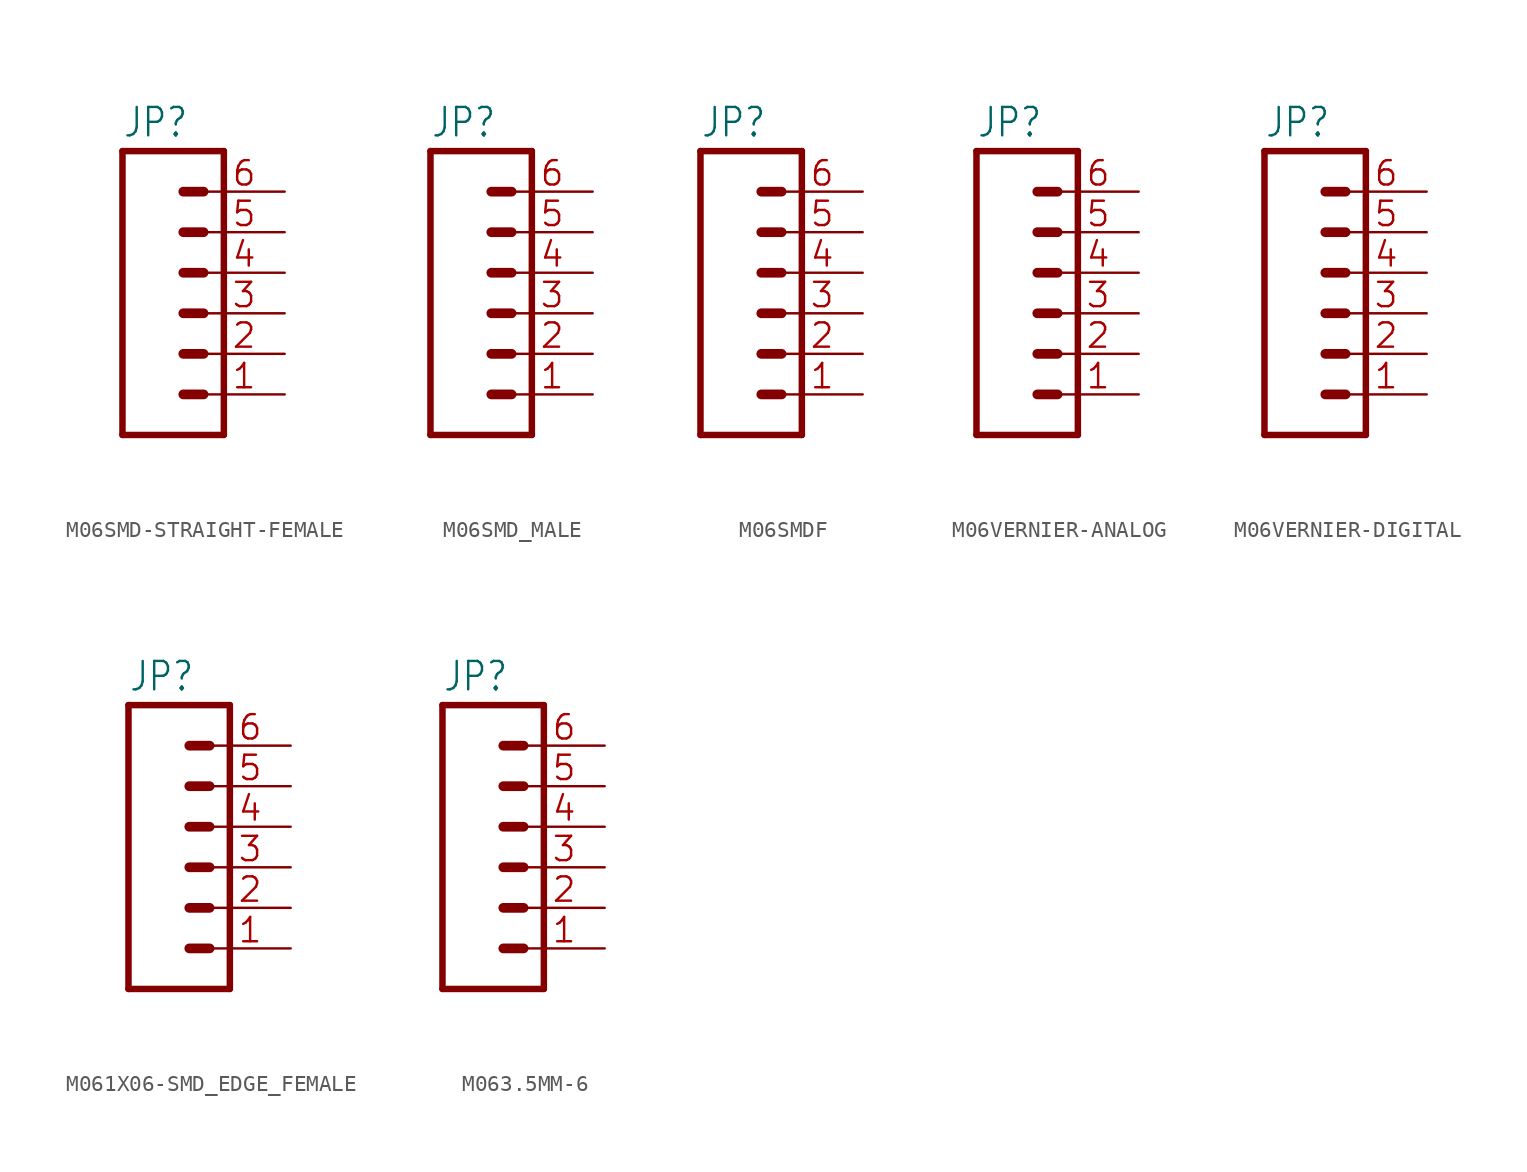
<source format=kicad_sym>
(kicad_symbol_lib
  (version 20241209)
  (generator "kicad_symbol_editor")
  (generator_version "9.0")
  (symbol "M06SMD-STRAIGHT-FEMALE"
    (property "Reference" "JP"
      (at -5.08 10.922 0)
      (effects (font (size 1.778 1.511)) (justify left bottom)))
    (property "Value" ""
      (at -5.08 -10.16 0)
      (effects (font (size 1.778 1.511)) (justify left bottom)))
    (property "ki_locked" ""
      (at 0 0 0)
      (effects (font (size 1.27 1.27))))
    (symbol "M06SMD-STRAIGHT-FEMALE_1_0"
      (polyline (pts (xy -5.08 10.16) (xy -5.08 -7.62)) (stroke (width 0.406) (type solid)) (fill (type none)))
      (polyline (pts (xy -5.08 10.16) (xy 1.27 10.16)) (stroke (width 0.406) (type solid)) (fill (type none)))
      (polyline (pts (xy -1.27 7.62) (xy 0 7.62)) (stroke (width 0.61) (type solid)) (fill (type none)))
      (polyline (pts (xy -1.27 5.08) (xy 0 5.08)) (stroke (width 0.61) (type solid)) (fill (type none)))
      (polyline (pts (xy -1.27 2.54) (xy 0 2.54)) (stroke (width 0.61) (type solid)) (fill (type none)))
      (polyline (pts (xy -1.27 0) (xy 0 0)) (stroke (width 0.61) (type solid)) (fill (type none)))
      (polyline (pts (xy -1.27 -2.54) (xy 0 -2.54)) (stroke (width 0.61) (type solid)) (fill (type none)))
      (polyline (pts (xy -1.27 -5.08) (xy 0 -5.08)) (stroke (width 0.61) (type solid)) (fill (type none)))
      (polyline (pts (xy 1.27 -7.62) (xy -5.08 -7.62)) (stroke (width 0.406) (type solid)) (fill (type none)))
      (polyline (pts (xy 1.27 -7.62) (xy 1.27 10.16)) (stroke (width 0.406) (type solid)) (fill (type none)))
      (pin passive line (at 5.08 7.62 180) (length 5.08) (name "6" (effects (font (size 0 0)))) (number "6" (effects (font (size 1.524 1.524)))))
      (pin passive line (at 5.08 5.08 180) (length 5.08) (name "5" (effects (font (size 0 0)))) (number "5" (effects (font (size 1.524 1.524)))))
      (pin passive line (at 5.08 2.54 180) (length 5.08) (name "4" (effects (font (size 0 0)))) (number "4" (effects (font (size 1.524 1.524)))))
      (pin passive line (at 5.08 0 180) (length 5.08) (name "3" (effects (font (size 0 0)))) (number "3" (effects (font (size 1.524 1.524)))))
      (pin passive line (at 5.08 -2.54 180) (length 5.08) (name "2" (effects (font (size 0 0)))) (number "2" (effects (font (size 1.524 1.524)))))
      (pin passive line (at 5.08 -5.08 180) (length 5.08) (name "1" (effects (font (size 0 0)))) (number "1" (effects (font (size 1.524 1.524)))))))
  (symbol "M06SMD_MALE"
    (property "Reference" "JP"
      (at -5.08 10.922 0)
      (effects (font (size 1.778 1.511)) (justify left bottom)))
    (property "Value" ""
      (at -5.08 -10.16 0)
      (effects (font (size 1.778 1.511)) (justify left bottom)))
    (property "ki_locked" ""
      (at 0 0 0)
      (effects (font (size 1.27 1.27))))
    (symbol "M06SMD_MALE_1_0"
      (polyline (pts (xy -5.08 10.16) (xy -5.08 -7.62)) (stroke (width 0.406) (type solid)) (fill (type none)))
      (polyline (pts (xy -5.08 10.16) (xy 1.27 10.16)) (stroke (width 0.406) (type solid)) (fill (type none)))
      (polyline (pts (xy -1.27 7.62) (xy 0 7.62)) (stroke (width 0.61) (type solid)) (fill (type none)))
      (polyline (pts (xy -1.27 5.08) (xy 0 5.08)) (stroke (width 0.61) (type solid)) (fill (type none)))
      (polyline (pts (xy -1.27 2.54) (xy 0 2.54)) (stroke (width 0.61) (type solid)) (fill (type none)))
      (polyline (pts (xy -1.27 0) (xy 0 0)) (stroke (width 0.61) (type solid)) (fill (type none)))
      (polyline (pts (xy -1.27 -2.54) (xy 0 -2.54)) (stroke (width 0.61) (type solid)) (fill (type none)))
      (polyline (pts (xy -1.27 -5.08) (xy 0 -5.08)) (stroke (width 0.61) (type solid)) (fill (type none)))
      (polyline (pts (xy 1.27 -7.62) (xy -5.08 -7.62)) (stroke (width 0.406) (type solid)) (fill (type none)))
      (polyline (pts (xy 1.27 -7.62) (xy 1.27 10.16)) (stroke (width 0.406) (type solid)) (fill (type none)))
      (pin passive line (at 5.08 7.62 180) (length 5.08) (name "6" (effects (font (size 0 0)))) (number "6" (effects (font (size 1.524 1.524)))))
      (pin passive line (at 5.08 5.08 180) (length 5.08) (name "5" (effects (font (size 0 0)))) (number "5" (effects (font (size 1.524 1.524)))))
      (pin passive line (at 5.08 2.54 180) (length 5.08) (name "4" (effects (font (size 0 0)))) (number "4" (effects (font (size 1.524 1.524)))))
      (pin passive line (at 5.08 0 180) (length 5.08) (name "3" (effects (font (size 0 0)))) (number "3" (effects (font (size 1.524 1.524)))))
      (pin passive line (at 5.08 -2.54 180) (length 5.08) (name "2" (effects (font (size 0 0)))) (number "2" (effects (font (size 1.524 1.524)))))
      (pin passive line (at 5.08 -5.08 180) (length 5.08) (name "1" (effects (font (size 0 0)))) (number "1" (effects (font (size 1.524 1.524)))))))
  (symbol "M06SMDF"
    (property "Reference" "JP"
      (at -5.08 10.922 0)
      (effects (font (size 1.778 1.511)) (justify left bottom)))
    (property "Value" ""
      (at -5.08 -10.16 0)
      (effects (font (size 1.778 1.511)) (justify left bottom)))
    (property "ki_locked" ""
      (at 0 0 0)
      (effects (font (size 1.27 1.27))))
    (symbol "M06SMDF_1_0"
      (polyline (pts (xy -5.08 10.16) (xy -5.08 -7.62)) (stroke (width 0.406) (type solid)) (fill (type none)))
      (polyline (pts (xy -5.08 10.16) (xy 1.27 10.16)) (stroke (width 0.406) (type solid)) (fill (type none)))
      (polyline (pts (xy -1.27 7.62) (xy 0 7.62)) (stroke (width 0.61) (type solid)) (fill (type none)))
      (polyline (pts (xy -1.27 5.08) (xy 0 5.08)) (stroke (width 0.61) (type solid)) (fill (type none)))
      (polyline (pts (xy -1.27 2.54) (xy 0 2.54)) (stroke (width 0.61) (type solid)) (fill (type none)))
      (polyline (pts (xy -1.27 0) (xy 0 0)) (stroke (width 0.61) (type solid)) (fill (type none)))
      (polyline (pts (xy -1.27 -2.54) (xy 0 -2.54)) (stroke (width 0.61) (type solid)) (fill (type none)))
      (polyline (pts (xy -1.27 -5.08) (xy 0 -5.08)) (stroke (width 0.61) (type solid)) (fill (type none)))
      (polyline (pts (xy 1.27 -7.62) (xy -5.08 -7.62)) (stroke (width 0.406) (type solid)) (fill (type none)))
      (polyline (pts (xy 1.27 -7.62) (xy 1.27 10.16)) (stroke (width 0.406) (type solid)) (fill (type none)))
      (pin passive line (at 5.08 7.62 180) (length 5.08) (name "6" (effects (font (size 0 0)))) (number "6" (effects (font (size 1.524 1.524)))))
      (pin passive line (at 5.08 5.08 180) (length 5.08) (name "5" (effects (font (size 0 0)))) (number "5" (effects (font (size 1.524 1.524)))))
      (pin passive line (at 5.08 2.54 180) (length 5.08) (name "4" (effects (font (size 0 0)))) (number "4" (effects (font (size 1.524 1.524)))))
      (pin passive line (at 5.08 0 180) (length 5.08) (name "3" (effects (font (size 0 0)))) (number "3" (effects (font (size 1.524 1.524)))))
      (pin passive line (at 5.08 -2.54 180) (length 5.08) (name "2" (effects (font (size 0 0)))) (number "2" (effects (font (size 1.524 1.524)))))
      (pin passive line (at 5.08 -5.08 180) (length 5.08) (name "1" (effects (font (size 0 0)))) (number "1" (effects (font (size 1.524 1.524)))))))
  (symbol "M06VERNIER-ANALOG"
    (property "Reference" "JP"
      (at -5.08 10.922 0)
      (effects (font (size 1.778 1.511)) (justify left bottom)))
    (property "Value" ""
      (at -5.08 -10.16 0)
      (effects (font (size 1.778 1.511)) (justify left bottom)))
    (property "ki_locked" ""
      (at 0 0 0)
      (effects (font (size 1.27 1.27))))
    (symbol "M06VERNIER-ANALOG_1_0"
      (polyline (pts (xy -5.08 10.16) (xy -5.08 -7.62)) (stroke (width 0.406) (type solid)) (fill (type none)))
      (polyline (pts (xy -5.08 10.16) (xy 1.27 10.16)) (stroke (width 0.406) (type solid)) (fill (type none)))
      (polyline (pts (xy -1.27 7.62) (xy 0 7.62)) (stroke (width 0.61) (type solid)) (fill (type none)))
      (polyline (pts (xy -1.27 5.08) (xy 0 5.08)) (stroke (width 0.61) (type solid)) (fill (type none)))
      (polyline (pts (xy -1.27 2.54) (xy 0 2.54)) (stroke (width 0.61) (type solid)) (fill (type none)))
      (polyline (pts (xy -1.27 0) (xy 0 0)) (stroke (width 0.61) (type solid)) (fill (type none)))
      (polyline (pts (xy -1.27 -2.54) (xy 0 -2.54)) (stroke (width 0.61) (type solid)) (fill (type none)))
      (polyline (pts (xy -1.27 -5.08) (xy 0 -5.08)) (stroke (width 0.61) (type solid)) (fill (type none)))
      (polyline (pts (xy 1.27 -7.62) (xy -5.08 -7.62)) (stroke (width 0.406) (type solid)) (fill (type none)))
      (polyline (pts (xy 1.27 -7.62) (xy 1.27 10.16)) (stroke (width 0.406) (type solid)) (fill (type none)))
      (pin passive line (at 5.08 7.62 180) (length 5.08) (name "6" (effects (font (size 0 0)))) (number "6" (effects (font (size 1.524 1.524)))))
      (pin passive line (at 5.08 5.08 180) (length 5.08) (name "5" (effects (font (size 0 0)))) (number "5" (effects (font (size 1.524 1.524)))))
      (pin passive line (at 5.08 2.54 180) (length 5.08) (name "4" (effects (font (size 0 0)))) (number "4" (effects (font (size 1.524 1.524)))))
      (pin passive line (at 5.08 0 180) (length 5.08) (name "3" (effects (font (size 0 0)))) (number "3" (effects (font (size 1.524 1.524)))))
      (pin passive line (at 5.08 -2.54 180) (length 5.08) (name "2" (effects (font (size 0 0)))) (number "2" (effects (font (size 1.524 1.524)))))
      (pin passive line (at 5.08 -5.08 180) (length 5.08) (name "1" (effects (font (size 0 0)))) (number "1" (effects (font (size 1.524 1.524)))))))
  (symbol "M06VERNIER-DIGITAL"
    (property "Reference" "JP"
      (at -5.08 10.922 0)
      (effects (font (size 1.778 1.511)) (justify left bottom)))
    (property "Value" ""
      (at -5.08 -10.16 0)
      (effects (font (size 1.778 1.511)) (justify left bottom)))
    (property "ki_locked" ""
      (at 0 0 0)
      (effects (font (size 1.27 1.27))))
    (symbol "M06VERNIER-DIGITAL_1_0"
      (polyline (pts (xy -5.08 10.16) (xy -5.08 -7.62)) (stroke (width 0.406) (type solid)) (fill (type none)))
      (polyline (pts (xy -5.08 10.16) (xy 1.27 10.16)) (stroke (width 0.406) (type solid)) (fill (type none)))
      (polyline (pts (xy -1.27 7.62) (xy 0 7.62)) (stroke (width 0.61) (type solid)) (fill (type none)))
      (polyline (pts (xy -1.27 5.08) (xy 0 5.08)) (stroke (width 0.61) (type solid)) (fill (type none)))
      (polyline (pts (xy -1.27 2.54) (xy 0 2.54)) (stroke (width 0.61) (type solid)) (fill (type none)))
      (polyline (pts (xy -1.27 0) (xy 0 0)) (stroke (width 0.61) (type solid)) (fill (type none)))
      (polyline (pts (xy -1.27 -2.54) (xy 0 -2.54)) (stroke (width 0.61) (type solid)) (fill (type none)))
      (polyline (pts (xy -1.27 -5.08) (xy 0 -5.08)) (stroke (width 0.61) (type solid)) (fill (type none)))
      (polyline (pts (xy 1.27 -7.62) (xy -5.08 -7.62)) (stroke (width 0.406) (type solid)) (fill (type none)))
      (polyline (pts (xy 1.27 -7.62) (xy 1.27 10.16)) (stroke (width 0.406) (type solid)) (fill (type none)))
      (pin passive line (at 5.08 7.62 180) (length 5.08) (name "6" (effects (font (size 0 0)))) (number "6" (effects (font (size 1.524 1.524)))))
      (pin passive line (at 5.08 5.08 180) (length 5.08) (name "5" (effects (font (size 0 0)))) (number "5" (effects (font (size 1.524 1.524)))))
      (pin passive line (at 5.08 2.54 180) (length 5.08) (name "4" (effects (font (size 0 0)))) (number "4" (effects (font (size 1.524 1.524)))))
      (pin passive line (at 5.08 0 180) (length 5.08) (name "3" (effects (font (size 0 0)))) (number "3" (effects (font (size 1.524 1.524)))))
      (pin passive line (at 5.08 -2.54 180) (length 5.08) (name "2" (effects (font (size 0 0)))) (number "2" (effects (font (size 1.524 1.524)))))
      (pin passive line (at 5.08 -5.08 180) (length 5.08) (name "1" (effects (font (size 0 0)))) (number "1" (effects (font (size 1.524 1.524)))))))
  (symbol "M061X06-SMD_EDGE_FEMALE"
    (property "Reference" "JP"
      (at -5.08 10.922 0)
      (effects (font (size 1.778 1.511)) (justify left bottom)))
    (property "Value" ""
      (at -5.08 -10.16 0)
      (effects (font (size 1.778 1.511)) (justify left bottom)))
    (property "ki_locked" ""
      (at 0 0 0)
      (effects (font (size 1.27 1.27))))
    (symbol "M061X06-SMD_EDGE_FEMALE_1_0"
      (polyline (pts (xy -5.08 10.16) (xy -5.08 -7.62)) (stroke (width 0.406) (type solid)) (fill (type none)))
      (polyline (pts (xy -5.08 10.16) (xy 1.27 10.16)) (stroke (width 0.406) (type solid)) (fill (type none)))
      (polyline (pts (xy -1.27 7.62) (xy 0 7.62)) (stroke (width 0.61) (type solid)) (fill (type none)))
      (polyline (pts (xy -1.27 5.08) (xy 0 5.08)) (stroke (width 0.61) (type solid)) (fill (type none)))
      (polyline (pts (xy -1.27 2.54) (xy 0 2.54)) (stroke (width 0.61) (type solid)) (fill (type none)))
      (polyline (pts (xy -1.27 0) (xy 0 0)) (stroke (width 0.61) (type solid)) (fill (type none)))
      (polyline (pts (xy -1.27 -2.54) (xy 0 -2.54)) (stroke (width 0.61) (type solid)) (fill (type none)))
      (polyline (pts (xy -1.27 -5.08) (xy 0 -5.08)) (stroke (width 0.61) (type solid)) (fill (type none)))
      (polyline (pts (xy 1.27 -7.62) (xy -5.08 -7.62)) (stroke (width 0.406) (type solid)) (fill (type none)))
      (polyline (pts (xy 1.27 -7.62) (xy 1.27 10.16)) (stroke (width 0.406) (type solid)) (fill (type none)))
      (pin passive line (at 5.08 7.62 180) (length 5.08) (name "6" (effects (font (size 0 0)))) (number "6" (effects (font (size 1.524 1.524)))))
      (pin passive line (at 5.08 5.08 180) (length 5.08) (name "5" (effects (font (size 0 0)))) (number "5" (effects (font (size 1.524 1.524)))))
      (pin passive line (at 5.08 2.54 180) (length 5.08) (name "4" (effects (font (size 0 0)))) (number "4" (effects (font (size 1.524 1.524)))))
      (pin passive line (at 5.08 0 180) (length 5.08) (name "3" (effects (font (size 0 0)))) (number "3" (effects (font (size 1.524 1.524)))))
      (pin passive line (at 5.08 -2.54 180) (length 5.08) (name "2" (effects (font (size 0 0)))) (number "2" (effects (font (size 1.524 1.524)))))
      (pin passive line (at 5.08 -5.08 180) (length 5.08) (name "1" (effects (font (size 0 0)))) (number "1" (effects (font (size 1.524 1.524)))))))
  (symbol "M063.5MM-6"
    (property "Reference" "JP"
      (at -5.08 10.922 0)
      (effects (font (size 1.778 1.511)) (justify left bottom)))
    (property "Value" ""
      (at -5.08 -10.16 0)
      (effects (font (size 1.778 1.511)) (justify left bottom)))
    (property "ki_locked" ""
      (at 0 0 0)
      (effects (font (size 1.27 1.27))))
    (symbol "M063.5MM-6_1_0"
      (polyline (pts (xy -5.08 10.16) (xy -5.08 -7.62)) (stroke (width 0.406) (type solid)) (fill (type none)))
      (polyline (pts (xy -5.08 10.16) (xy 1.27 10.16)) (stroke (width 0.406) (type solid)) (fill (type none)))
      (polyline (pts (xy -1.27 7.62) (xy 0 7.62)) (stroke (width 0.61) (type solid)) (fill (type none)))
      (polyline (pts (xy -1.27 5.08) (xy 0 5.08)) (stroke (width 0.61) (type solid)) (fill (type none)))
      (polyline (pts (xy -1.27 2.54) (xy 0 2.54)) (stroke (width 0.61) (type solid)) (fill (type none)))
      (polyline (pts (xy -1.27 0) (xy 0 0)) (stroke (width 0.61) (type solid)) (fill (type none)))
      (polyline (pts (xy -1.27 -2.54) (xy 0 -2.54)) (stroke (width 0.61) (type solid)) (fill (type none)))
      (polyline (pts (xy -1.27 -5.08) (xy 0 -5.08)) (stroke (width 0.61) (type solid)) (fill (type none)))
      (polyline (pts (xy 1.27 -7.62) (xy -5.08 -7.62)) (stroke (width 0.406) (type solid)) (fill (type none)))
      (polyline (pts (xy 1.27 -7.62) (xy 1.27 10.16)) (stroke (width 0.406) (type solid)) (fill (type none)))
      (pin passive line (at 5.08 7.62 180) (length 5.08) (name "6" (effects (font (size 0 0)))) (number "6" (effects (font (size 1.524 1.524)))))
      (pin passive line (at 5.08 5.08 180) (length 5.08) (name "5" (effects (font (size 0 0)))) (number "5" (effects (font (size 1.524 1.524)))))
      (pin passive line (at 5.08 2.54 180) (length 5.08) (name "4" (effects (font (size 0 0)))) (number "4" (effects (font (size 1.524 1.524)))))
      (pin passive line (at 5.08 0 180) (length 5.08) (name "3" (effects (font (size 0 0)))) (number "3" (effects (font (size 1.524 1.524)))))
      (pin passive line (at 5.08 -2.54 180) (length 5.08) (name "2" (effects (font (size 0 0)))) (number "2" (effects (font (size 1.524 1.524)))))
      (pin passive line (at 5.08 -5.08 180) (length 5.08) (name "1" (effects (font (size 0 0)))) (number "1" (effects (font (size 1.524 1.524))))))))
</source>
